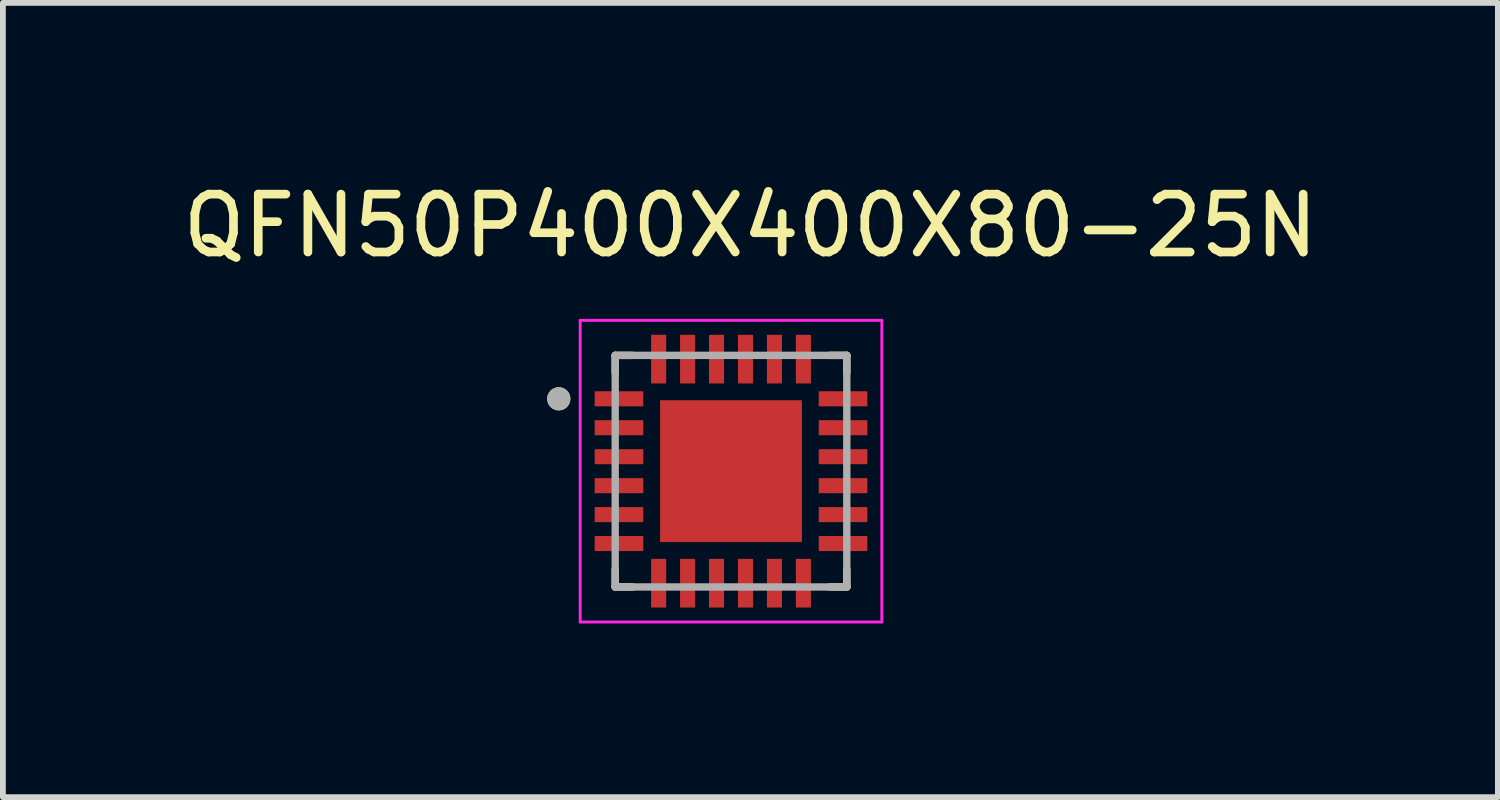
<source format=kicad_pcb>
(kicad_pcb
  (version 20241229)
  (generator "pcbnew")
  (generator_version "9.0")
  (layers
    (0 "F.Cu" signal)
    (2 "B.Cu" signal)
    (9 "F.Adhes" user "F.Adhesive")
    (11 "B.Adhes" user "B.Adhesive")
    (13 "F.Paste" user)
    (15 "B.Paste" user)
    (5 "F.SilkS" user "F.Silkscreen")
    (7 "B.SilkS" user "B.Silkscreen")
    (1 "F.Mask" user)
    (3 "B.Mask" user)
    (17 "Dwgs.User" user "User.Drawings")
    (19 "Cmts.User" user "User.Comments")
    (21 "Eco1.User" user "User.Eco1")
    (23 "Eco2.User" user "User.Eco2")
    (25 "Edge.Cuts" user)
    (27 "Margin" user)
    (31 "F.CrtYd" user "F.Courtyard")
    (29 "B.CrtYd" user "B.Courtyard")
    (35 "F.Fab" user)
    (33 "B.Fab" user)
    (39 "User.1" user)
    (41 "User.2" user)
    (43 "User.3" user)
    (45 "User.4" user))
  (footprint "QFN50P400X400X80-25N"
    (layer "F.Cu")
    (at 9.576 5.088)
    (property "Reference" "QFN50P400X400X80-25N" (at 0.335 -4.24 0) (layer "F.SilkS") (effects (font (size 1 1) (thickness 0.15))))
    (attr smd)
    (fp_line (start -2 -2) (end -2 -1.7) (stroke (width 0.127) (type solid)) (layer "F.SilkS"))
    (fp_line (start -2 -2) (end -1.7 -2) (stroke (width 0.127) (type solid)) (layer "F.SilkS"))
    (fp_line (start -2 2) (end -2 1.7) (stroke (width 0.127) (type solid)) (layer "F.SilkS"))
    (fp_line (start -2 2) (end -1.7 2) (stroke (width 0.127) (type solid)) (layer "F.SilkS"))
    (fp_line (start 2 -2) (end 1.7 -2) (stroke (width 0.127) (type solid)) (layer "F.SilkS"))
    (fp_line (start 2 -2) (end 2 -1.7) (stroke (width 0.127) (type solid)) (layer "F.SilkS"))
    (fp_line (start 2 2) (end 1.7 2) (stroke (width 0.127) (type solid)) (layer "F.SilkS"))
    (fp_line (start 2 2) (end 2 1.7) (stroke (width 0.127) (type solid)) (layer "F.SilkS"))
    (fp_circle (center -2.975 -1.25) (end -2.875 -1.25) (stroke (width 0.2) (type solid)) (fill no) (layer "F.SilkS"))
    (fp_poly (pts (xy -0.77 -0.77) (xy 0.77 -0.77) (xy 0.77 0.77) (xy -0.77 0.77)) (stroke (width 0.01) (type solid)) (fill yes) (layer "F.Paste"))
    (fp_line (start -2.605 -2.605) (end 2.605 -2.605) (stroke (width 0.05) (type solid)) (layer "F.CrtYd"))
    (fp_line (start -2.605 2.605) (end -2.605 -2.605) (stroke (width 0.05) (type solid)) (layer "F.CrtYd"))
    (fp_line (start -2.605 2.605) (end 2.605 2.605) (stroke (width 0.05) (type solid)) (layer "F.CrtYd"))
    (fp_line (start 2.605 2.605) (end 2.605 -2.605) (stroke (width 0.05) (type solid)) (layer "F.CrtYd"))
    (fp_line (start -2 2) (end -2 -2) (stroke (width 0.127) (type solid)) (layer "F.Fab"))
    (fp_line (start 2 -2) (end -2 -2) (stroke (width 0.127) (type solid)) (layer "F.Fab"))
    (fp_line (start 2 2) (end -2 2) (stroke (width 0.127) (type solid)) (layer "F.Fab"))
    (fp_line (start 2 2) (end 2 -2) (stroke (width 0.127) (type solid)) (layer "F.Fab"))
    (fp_circle (center -2.975 -1.25) (end -2.875 -1.25) (stroke (width 0.2) (type solid)) (fill no) (layer "F.Fab"))
    (pad "1" smd roundrect (at -1.935 -1.25) (size 0.84 0.26) (layers "F.Cu" "F.Mask" "F.Paste") (roundrect_rratio 0.03))
    (pad "2" smd roundrect (at -1.935 -0.75) (size 0.84 0.26) (layers "F.Cu" "F.Mask" "F.Paste") (roundrect_rratio 0.03))
    (pad "3" smd roundrect (at -1.935 -0.25) (size 0.84 0.26) (layers "F.Cu" "F.Mask" "F.Paste") (roundrect_rratio 0.03))
    (pad "4" smd roundrect (at -1.935 0.25) (size 0.84 0.26) (layers "F.Cu" "F.Mask" "F.Paste") (roundrect_rratio 0.03))
    (pad "5" smd roundrect (at -1.935 0.75) (size 0.84 0.26) (layers "F.Cu" "F.Mask" "F.Paste") (roundrect_rratio 0.03))
    (pad "6" smd roundrect (at -1.935 1.25) (size 0.84 0.26) (layers "F.Cu" "F.Mask" "F.Paste") (roundrect_rratio 0.03))
    (pad "7" smd roundrect (at -1.25 1.935 90) (size 0.84 0.26) (layers "F.Cu" "F.Mask" "F.Paste") (roundrect_rratio 0.03))
    (pad "8" smd roundrect (at -0.75 1.935 90) (size 0.84 0.26) (layers "F.Cu" "F.Mask" "F.Paste") (roundrect_rratio 0.03))
    (pad "9" smd roundrect (at -0.25 1.935 90) (size 0.84 0.26) (layers "F.Cu" "F.Mask" "F.Paste") (roundrect_rratio 0.03))
    (pad "10" smd roundrect (at 0.25 1.935 90) (size 0.84 0.26) (layers "F.Cu" "F.Mask" "F.Paste") (roundrect_rratio 0.03))
    (pad "11" smd roundrect (at 0.75 1.935 90) (size 0.84 0.26) (layers "F.Cu" "F.Mask" "F.Paste") (roundrect_rratio 0.03))
    (pad "12" smd roundrect (at 1.25 1.935 90) (size 0.84 0.26) (layers "F.Cu" "F.Mask" "F.Paste") (roundrect_rratio 0.03))
    (pad "13" smd roundrect (at 1.935 1.25) (size 0.84 0.26) (layers "F.Cu" "F.Mask" "F.Paste") (roundrect_rratio 0.03))
    (pad "14" smd roundrect (at 1.935 0.75) (size 0.84 0.26) (layers "F.Cu" "F.Mask" "F.Paste") (roundrect_rratio 0.03))
    (pad "15" smd roundrect (at 1.935 0.25) (size 0.84 0.26) (layers "F.Cu" "F.Mask" "F.Paste") (roundrect_rratio 0.03))
    (pad "16" smd roundrect (at 1.935 -0.25) (size 0.84 0.26) (layers "F.Cu" "F.Mask" "F.Paste") (roundrect_rratio 0.03))
    (pad "17" smd roundrect (at 1.935 -0.75) (size 0.84 0.26) (layers "F.Cu" "F.Mask" "F.Paste") (roundrect_rratio 0.03))
    (pad "18" smd roundrect (at 1.935 -1.25) (size 0.84 0.26) (layers "F.Cu" "F.Mask" "F.Paste") (roundrect_rratio 0.03))
    (pad "19" smd roundrect (at 1.25 -1.935 90) (size 0.84 0.26) (layers "F.Cu" "F.Mask" "F.Paste") (roundrect_rratio 0.03))
    (pad "20" smd roundrect (at 0.75 -1.935 90) (size 0.84 0.26) (layers "F.Cu" "F.Mask" "F.Paste") (roundrect_rratio 0.03))
    (pad "21" smd roundrect (at 0.25 -1.935 90) (size 0.84 0.26) (layers "F.Cu" "F.Mask" "F.Paste") (roundrect_rratio 0.03))
    (pad "22" smd roundrect (at -0.25 -1.935 90) (size 0.84 0.26) (layers "F.Cu" "F.Mask" "F.Paste") (roundrect_rratio 0.03))
    (pad "23" smd roundrect (at -0.75 -1.935 90) (size 0.84 0.26) (layers "F.Cu" "F.Mask" "F.Paste") (roundrect_rratio 0.03))
    (pad "24" smd roundrect (at -1.25 -1.935 90) (size 0.84 0.26) (layers "F.Cu" "F.Mask" "F.Paste") (roundrect_rratio 0.03))
    (pad "25" smd rect (at 0 0) (size 2.45 2.45) (layers "F.Cu" "F.Mask")))
  (gr_rect
    (start -3 -3)
    (end 22.821 10.718)
    (stroke (width 0.1) (type default))
    (fill no)
    (layer "Edge.Cuts")))
</source>
